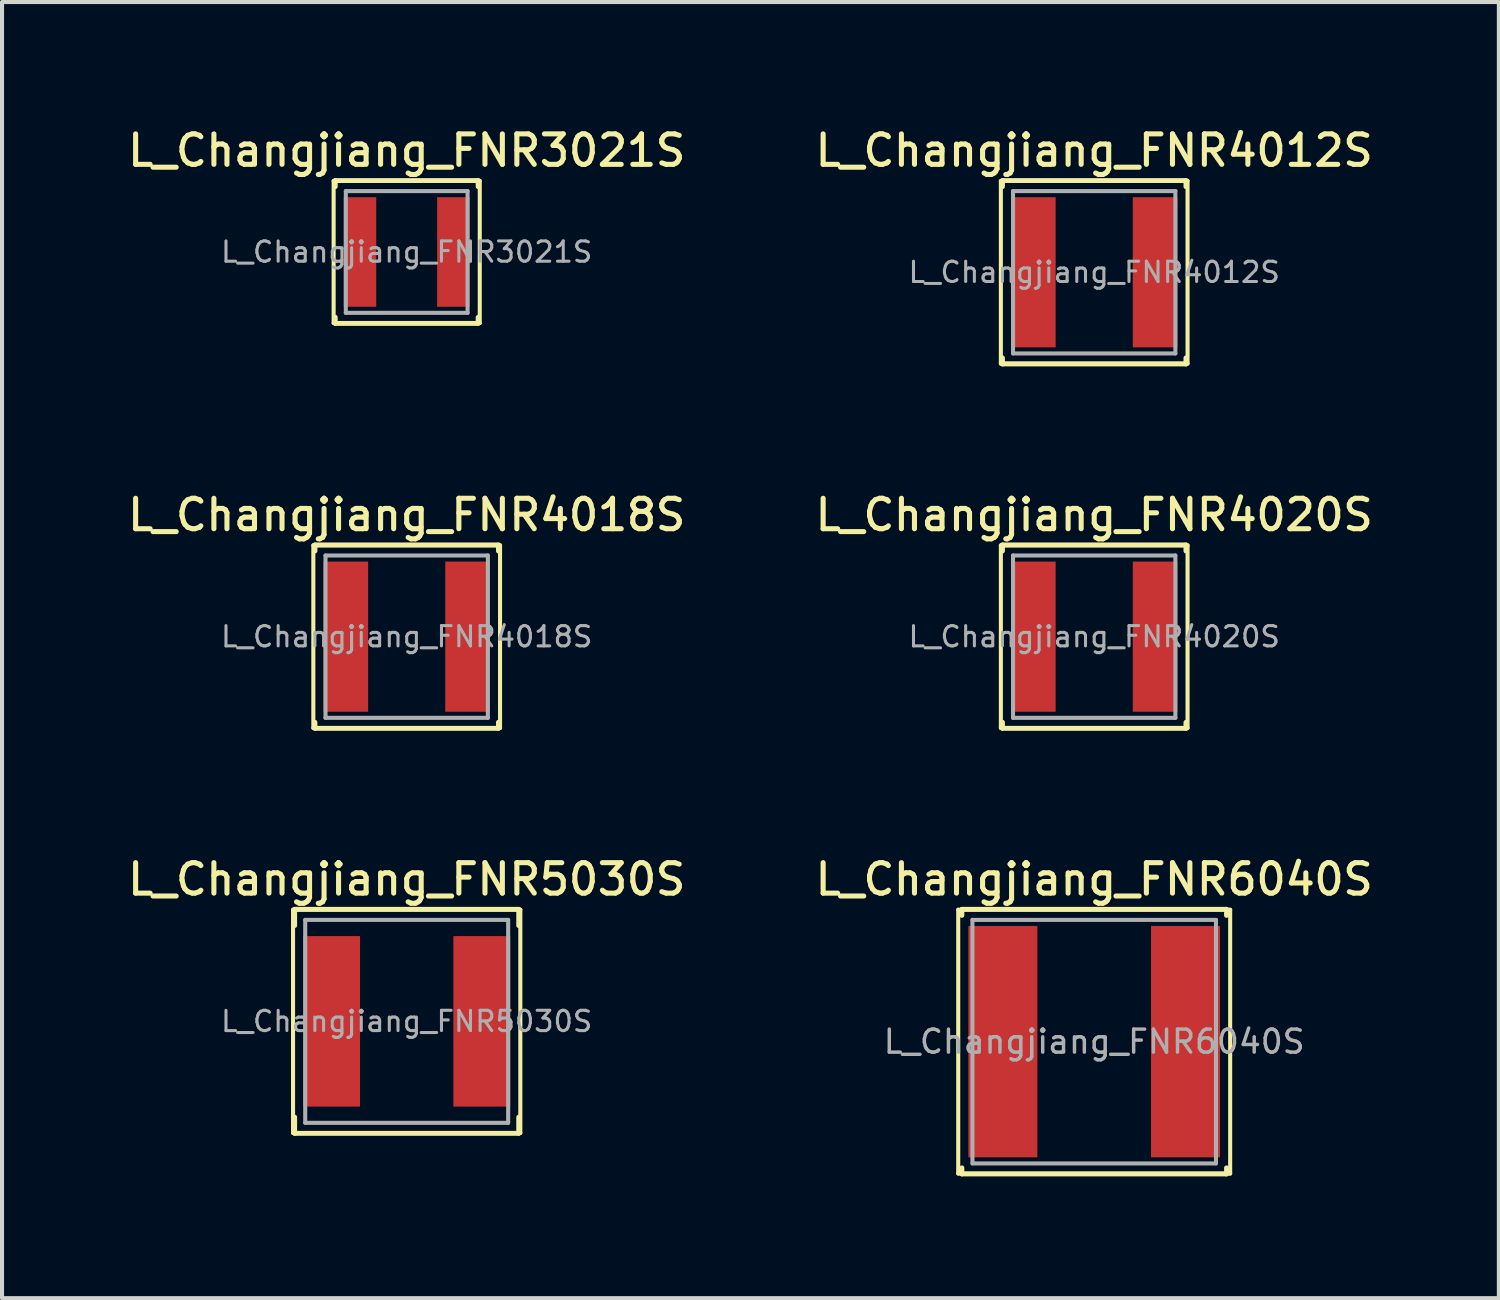
<source format=kicad_pcb>
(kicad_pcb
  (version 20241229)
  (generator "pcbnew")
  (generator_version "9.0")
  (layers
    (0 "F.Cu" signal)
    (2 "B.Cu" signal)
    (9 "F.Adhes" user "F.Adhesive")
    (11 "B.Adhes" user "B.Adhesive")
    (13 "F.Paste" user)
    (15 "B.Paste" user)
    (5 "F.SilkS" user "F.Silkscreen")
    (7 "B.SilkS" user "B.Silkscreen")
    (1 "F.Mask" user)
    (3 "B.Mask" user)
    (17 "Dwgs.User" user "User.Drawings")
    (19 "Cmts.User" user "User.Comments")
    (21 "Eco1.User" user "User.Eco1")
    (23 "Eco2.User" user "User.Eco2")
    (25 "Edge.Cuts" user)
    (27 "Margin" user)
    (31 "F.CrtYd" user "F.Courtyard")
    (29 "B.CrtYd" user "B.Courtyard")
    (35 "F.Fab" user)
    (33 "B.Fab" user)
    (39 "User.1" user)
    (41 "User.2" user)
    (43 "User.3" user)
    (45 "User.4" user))
  (footprint "L_Changjiang_FNR5030S"
    (layer "F.Cu")
    (at 6.97 22.114)
    (property "Reference" "L_Changjiang_FNR5030S" (at 0 -3.5 0) (layer "F.SilkS") (effects (font (size 0.75 0.75) (thickness 0.125))))
    (attr smd)
    (fp_line (start -2.8 -2.75) (end -2.8 2.75) (stroke (width 0.1) (type solid)) (layer "F.SilkS"))
    (fp_line (start -2.8 2.75) (end 2.8 2.75) (stroke (width 0.1) (type solid)) (layer "F.SilkS"))
    (fp_line (start -2.76 -2.76) (end -2.76 -2.36) (stroke (width 0.12) (type solid)) (layer "F.SilkS"))
    (fp_line (start -2.76 -2.76) (end 2.76 -2.76) (stroke (width 0.12) (type solid)) (layer "F.SilkS"))
    (fp_line (start -2.76 2.76) (end -2.76 2.36) (stroke (width 0.12) (type solid)) (layer "F.SilkS"))
    (fp_line (start -2.76 2.76) (end 2.76 2.76) (stroke (width 0.12) (type solid)) (layer "F.SilkS"))
    (fp_line (start 2.76 -2.76) (end 2.76 -2.36) (stroke (width 0.12) (type solid)) (layer "F.SilkS"))
    (fp_line (start 2.76 2.76) (end 2.76 2.36) (stroke (width 0.12) (type solid)) (layer "F.SilkS"))
    (fp_line (start 2.8 -2.75) (end -2.8 -2.75) (stroke (width 0.1) (type solid)) (layer "F.SilkS"))
    (fp_line (start 2.8 2.75) (end 2.8 -2.75) (stroke (width 0.1) (type solid)) (layer "F.SilkS"))
    (fp_line (start -2.5 -2.5) (end -2.5 2.5) (stroke (width 0.1) (type solid)) (layer "F.Fab"))
    (fp_line (start -2.5 2.5) (end 2.5 2.5) (stroke (width 0.1) (type solid)) (layer "F.Fab"))
    (fp_line (start 2.5 -2.5) (end -2.5 -2.5) (stroke (width 0.1) (type solid)) (layer "F.Fab"))
    (fp_line (start 2.5 2.5) (end 2.5 -2.5) (stroke (width 0.1) (type solid)) (layer "F.Fab"))
    (fp_text user "${REFERENCE}" (at 0 0 0) (layer "F.Fab") (effects (font (size 0.5 0.5) (thickness 0.075))))
    (pad "1" smd rect (at -1.85 0) (size 1.4 4.2) (layers "F.Cu" "F.Mask" "F.Paste"))
    (pad "2" smd rect (at 1.85 0) (size 1.4 4.2) (layers "F.Cu" "F.Mask" "F.Paste")))
  (footprint "L_Changjiang_FNR6040S"
    (layer "F.Cu")
    (at 23.909 22.614)
    (property "Reference" "L_Changjiang_FNR6040S" (at 0 -4 0) (layer "F.SilkS") (effects (font (size 0.75 0.75) (thickness 0.125))))
    (attr smd)
    (fp_line (start -3.35 -3.25) (end -3.35 3.25) (stroke (width 0.1) (type solid)) (layer "F.SilkS"))
    (fp_line (start -3.35 3.25) (end 3.35 3.25) (stroke (width 0.1) (type solid)) (layer "F.SilkS"))
    (fp_line (start -3.26 -3.26) (end -3.26 -3.11) (stroke (width 0.12) (type solid)) (layer "F.SilkS"))
    (fp_line (start -3.26 -3.26) (end 3.26 -3.26) (stroke (width 0.12) (type solid)) (layer "F.SilkS"))
    (fp_line (start -3.26 3.26) (end -3.26 3.11) (stroke (width 0.12) (type solid)) (layer "F.SilkS"))
    (fp_line (start -3.26 3.26) (end 3.26 3.26) (stroke (width 0.12) (type solid)) (layer "F.SilkS"))
    (fp_line (start 3.26 -3.26) (end 3.26 -3.11) (stroke (width 0.12) (type solid)) (layer "F.SilkS"))
    (fp_line (start 3.26 3.26) (end 3.26 3.11) (stroke (width 0.12) (type solid)) (layer "F.SilkS"))
    (fp_line (start 3.35 -3.25) (end -3.35 -3.25) (stroke (width 0.1) (type solid)) (layer "F.SilkS"))
    (fp_line (start 3.35 3.25) (end 3.35 -3.25) (stroke (width 0.1) (type solid)) (layer "F.SilkS"))
    (fp_line (start -3 -3) (end -3 3) (stroke (width 0.1) (type solid)) (layer "F.Fab"))
    (fp_line (start -3 3) (end 3 3) (stroke (width 0.1) (type solid)) (layer "F.Fab"))
    (fp_line (start 3 -3) (end -3 -3) (stroke (width 0.1) (type solid)) (layer "F.Fab"))
    (fp_line (start 3 3) (end 3 -3) (stroke (width 0.1) (type solid)) (layer "F.Fab"))
    (fp_text user "${REFERENCE}" (at 0 0 0) (layer "F.Fab") (effects (font (size 0.567 0.567) (thickness 0.085))))
    (pad "1" smd rect (at -2.25 0) (size 1.7 5.7) (layers "F.Cu" "F.Mask" "F.Paste"))
    (pad "2" smd rect (at 2.25 0) (size 1.7 5.7) (layers "F.Cu" "F.Mask" "F.Paste")))
  (footprint "L_Changjiang_FNR3021S"
    (layer "F.Cu")
    (at 6.97 3.158)
    (property "Reference" "L_Changjiang_FNR3021S" (at 0 -2.5 0) (layer "F.SilkS") (effects (font (size 0.75 0.75) (thickness 0.125))))
    (attr smd)
    (fp_line (start -1.8 -1.75) (end -1.8 1.75) (stroke (width 0.1) (type solid)) (layer "F.SilkS"))
    (fp_line (start -1.8 1.75) (end 1.8 1.75) (stroke (width 0.1) (type solid)) (layer "F.SilkS"))
    (fp_line (start -1.76 -1.76) (end -1.76 -1.61) (stroke (width 0.12) (type solid)) (layer "F.SilkS"))
    (fp_line (start -1.76 -1.76) (end 1.76 -1.76) (stroke (width 0.12) (type solid)) (layer "F.SilkS"))
    (fp_line (start -1.76 1.76) (end -1.76 1.61) (stroke (width 0.12) (type solid)) (layer "F.SilkS"))
    (fp_line (start -1.76 1.76) (end 1.76 1.76) (stroke (width 0.12) (type solid)) (layer "F.SilkS"))
    (fp_line (start 1.76 -1.76) (end 1.76 -1.61) (stroke (width 0.12) (type solid)) (layer "F.SilkS"))
    (fp_line (start 1.76 1.76) (end 1.76 1.61) (stroke (width 0.12) (type solid)) (layer "F.SilkS"))
    (fp_line (start 1.8 -1.75) (end -1.8 -1.75) (stroke (width 0.1) (type solid)) (layer "F.SilkS"))
    (fp_line (start 1.8 1.75) (end 1.8 -1.75) (stroke (width 0.1) (type solid)) (layer "F.SilkS"))
    (fp_line (start -1.5 -1.5) (end -1.5 1.5) (stroke (width 0.1) (type solid)) (layer "F.Fab"))
    (fp_line (start -1.5 1.5) (end 1.5 1.5) (stroke (width 0.1) (type solid)) (layer "F.Fab"))
    (fp_line (start 1.5 -1.5) (end -1.5 -1.5) (stroke (width 0.1) (type solid)) (layer "F.Fab"))
    (fp_line (start 1.5 1.5) (end 1.5 -1.5) (stroke (width 0.1) (type solid)) (layer "F.Fab"))
    (fp_text user "${REFERENCE}" (at 0 0 0) (layer "F.Fab") (effects (font (size 0.5 0.5) (thickness 0.075))))
    (pad "1" smd rect (at -1.15 0) (size 0.8 2.7) (layers "F.Cu" "F.Mask" "F.Paste"))
    (pad "2" smd rect (at 1.15 0) (size 0.8 2.7) (layers "F.Cu" "F.Mask" "F.Paste")))
  (footprint "L_Changjiang_FNR4020S"
    (layer "F.Cu")
    (at 23.909 12.636)
    (property "Reference" "L_Changjiang_FNR4020S" (at 0 -3 0) (layer "F.SilkS") (effects (font (size 0.75 0.75) (thickness 0.125))))
    (attr smd)
    (fp_line (start -2.3 -2.25) (end -2.3 2.25) (stroke (width 0.1) (type solid)) (layer "F.SilkS"))
    (fp_line (start -2.3 2.25) (end 2.3 2.25) (stroke (width 0.1) (type solid)) (layer "F.SilkS"))
    (fp_line (start -2.26 -2.26) (end -2.26 -2.11) (stroke (width 0.12) (type solid)) (layer "F.SilkS"))
    (fp_line (start -2.26 -2.26) (end 2.26 -2.26) (stroke (width 0.12) (type solid)) (layer "F.SilkS"))
    (fp_line (start -2.26 2.26) (end -2.26 2.11) (stroke (width 0.12) (type solid)) (layer "F.SilkS"))
    (fp_line (start -2.26 2.26) (end 2.26 2.26) (stroke (width 0.12) (type solid)) (layer "F.SilkS"))
    (fp_line (start 2.26 -2.26) (end 2.26 -2.11) (stroke (width 0.12) (type solid)) (layer "F.SilkS"))
    (fp_line (start 2.26 2.26) (end 2.26 2.11) (stroke (width 0.12) (type solid)) (layer "F.SilkS"))
    (fp_line (start 2.3 -2.25) (end -2.3 -2.25) (stroke (width 0.1) (type solid)) (layer "F.SilkS"))
    (fp_line (start 2.3 2.25) (end 2.3 -2.25) (stroke (width 0.1) (type solid)) (layer "F.SilkS"))
    (fp_line (start -2 -2) (end -2 2) (stroke (width 0.1) (type solid)) (layer "F.Fab"))
    (fp_line (start -2 2) (end 2 2) (stroke (width 0.1) (type solid)) (layer "F.Fab"))
    (fp_line (start 2 -2) (end -2 -2) (stroke (width 0.1) (type solid)) (layer "F.Fab"))
    (fp_line (start 2 2) (end 2 -2) (stroke (width 0.1) (type solid)) (layer "F.Fab"))
    (fp_text user "${REFERENCE}" (at 0 0 0) (layer "F.Fab") (effects (font (size 0.5 0.5) (thickness 0.075))))
    (pad "1" smd rect (at -1.5 0) (size 1.1 3.7) (layers "F.Cu" "F.Mask" "F.Paste"))
    (pad "2" smd rect (at 1.5 0) (size 1.1 3.7) (layers "F.Cu" "F.Mask" "F.Paste")))
  (footprint "L_Changjiang_FNR4018S"
    (layer "F.Cu")
    (at 6.97 12.636)
    (property "Reference" "L_Changjiang_FNR4018S" (at 0 -3 0) (layer "F.SilkS") (effects (font (size 0.75 0.75) (thickness 0.125))))
    (attr smd)
    (fp_line (start -2.3 -2.25) (end -2.3 2.25) (stroke (width 0.1) (type solid)) (layer "F.SilkS"))
    (fp_line (start -2.3 2.25) (end 2.3 2.25) (stroke (width 0.1) (type solid)) (layer "F.SilkS"))
    (fp_line (start -2.26 -2.26) (end -2.26 -2.11) (stroke (width 0.12) (type solid)) (layer "F.SilkS"))
    (fp_line (start -2.26 -2.26) (end 2.26 -2.26) (stroke (width 0.12) (type solid)) (layer "F.SilkS"))
    (fp_line (start -2.26 2.26) (end -2.26 2.11) (stroke (width 0.12) (type solid)) (layer "F.SilkS"))
    (fp_line (start -2.26 2.26) (end 2.26 2.26) (stroke (width 0.12) (type solid)) (layer "F.SilkS"))
    (fp_line (start 2.26 -2.26) (end 2.26 -2.11) (stroke (width 0.12) (type solid)) (layer "F.SilkS"))
    (fp_line (start 2.26 2.26) (end 2.26 2.11) (stroke (width 0.12) (type solid)) (layer "F.SilkS"))
    (fp_line (start 2.3 -2.25) (end -2.3 -2.25) (stroke (width 0.1) (type solid)) (layer "F.SilkS"))
    (fp_line (start 2.3 2.25) (end 2.3 -2.25) (stroke (width 0.1) (type solid)) (layer "F.SilkS"))
    (fp_line (start -2 -2) (end -2 2) (stroke (width 0.1) (type solid)) (layer "F.Fab"))
    (fp_line (start -2 2) (end 2 2) (stroke (width 0.1) (type solid)) (layer "F.Fab"))
    (fp_line (start 2 -2) (end -2 -2) (stroke (width 0.1) (type solid)) (layer "F.Fab"))
    (fp_line (start 2 2) (end 2 -2) (stroke (width 0.1) (type solid)) (layer "F.Fab"))
    (fp_text user "${REFERENCE}" (at 0 0 0) (layer "F.Fab") (effects (font (size 0.5 0.5) (thickness 0.075))))
    (pad "1" smd rect (at -1.5 0) (size 1.1 3.7) (layers "F.Cu" "F.Mask" "F.Paste"))
    (pad "2" smd rect (at 1.5 0) (size 1.1 3.7) (layers "F.Cu" "F.Mask" "F.Paste")))
  (footprint "L_Changjiang_FNR4012S"
    (layer "F.Cu")
    (at 23.909 3.658)
    (property "Reference" "L_Changjiang_FNR4012S" (at 0 -3 0) (layer "F.SilkS") (effects (font (size 0.75 0.75) (thickness 0.125))))
    (attr smd)
    (fp_line (start -2.3 -2.25) (end -2.3 2.25) (stroke (width 0.1) (type solid)) (layer "F.SilkS"))
    (fp_line (start -2.3 2.25) (end 2.3 2.25) (stroke (width 0.1) (type solid)) (layer "F.SilkS"))
    (fp_line (start -2.26 -2.26) (end -2.26 -2.11) (stroke (width 0.12) (type solid)) (layer "F.SilkS"))
    (fp_line (start -2.26 -2.26) (end 2.26 -2.26) (stroke (width 0.12) (type solid)) (layer "F.SilkS"))
    (fp_line (start -2.26 2.26) (end -2.26 2.11) (stroke (width 0.12) (type solid)) (layer "F.SilkS"))
    (fp_line (start -2.26 2.26) (end 2.26 2.26) (stroke (width 0.12) (type solid)) (layer "F.SilkS"))
    (fp_line (start 2.26 -2.26) (end 2.26 -2.11) (stroke (width 0.12) (type solid)) (layer "F.SilkS"))
    (fp_line (start 2.26 2.26) (end 2.26 2.11) (stroke (width 0.12) (type solid)) (layer "F.SilkS"))
    (fp_line (start 2.3 -2.25) (end -2.3 -2.25) (stroke (width 0.1) (type solid)) (layer "F.SilkS"))
    (fp_line (start 2.3 2.25) (end 2.3 -2.25) (stroke (width 0.1) (type solid)) (layer "F.SilkS"))
    (fp_line (start -2 -2) (end -2 2) (stroke (width 0.1) (type solid)) (layer "F.Fab"))
    (fp_line (start -2 2) (end 2 2) (stroke (width 0.1) (type solid)) (layer "F.Fab"))
    (fp_line (start 2 -2) (end -2 -2) (stroke (width 0.1) (type solid)) (layer "F.Fab"))
    (fp_line (start 2 2) (end 2 -2) (stroke (width 0.1) (type solid)) (layer "F.Fab"))
    (fp_text user "${REFERENCE}" (at 0 0 0) (layer "F.Fab") (effects (font (size 0.5 0.5) (thickness 0.075))))
    (pad "1" smd rect (at -1.5 0) (size 1.1 3.7) (layers "F.Cu" "F.Mask" "F.Paste"))
    (pad "2" smd rect (at 1.5 0) (size 1.1 3.7) (layers "F.Cu" "F.Mask" "F.Paste")))
  (gr_rect
    (start -3 -3)
    (end 33.879 28.934)
    (stroke (width 0.1) (type default))
    (fill no)
    (layer "Edge.Cuts")))
</source>
